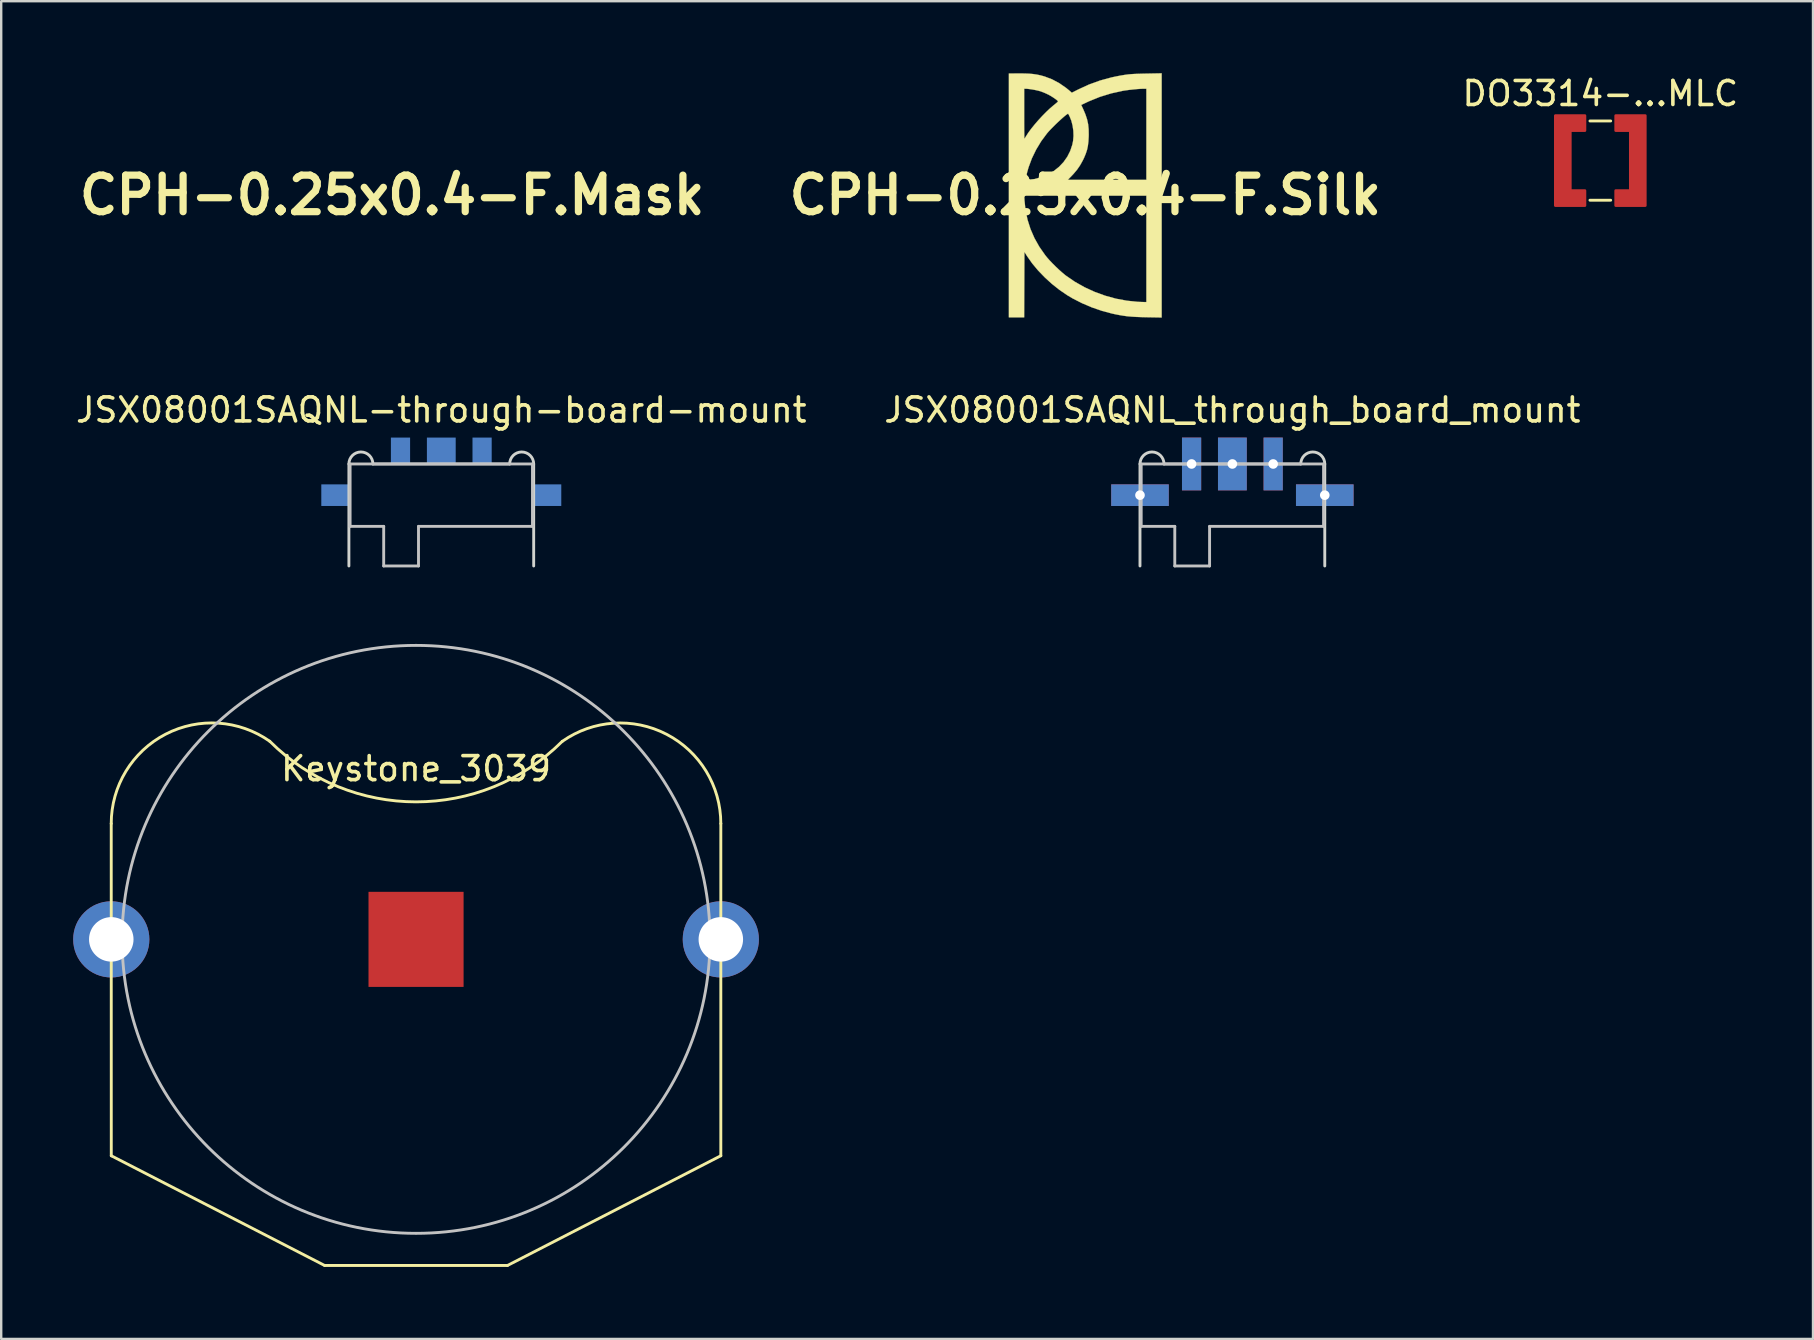
<source format=kicad_pcb>
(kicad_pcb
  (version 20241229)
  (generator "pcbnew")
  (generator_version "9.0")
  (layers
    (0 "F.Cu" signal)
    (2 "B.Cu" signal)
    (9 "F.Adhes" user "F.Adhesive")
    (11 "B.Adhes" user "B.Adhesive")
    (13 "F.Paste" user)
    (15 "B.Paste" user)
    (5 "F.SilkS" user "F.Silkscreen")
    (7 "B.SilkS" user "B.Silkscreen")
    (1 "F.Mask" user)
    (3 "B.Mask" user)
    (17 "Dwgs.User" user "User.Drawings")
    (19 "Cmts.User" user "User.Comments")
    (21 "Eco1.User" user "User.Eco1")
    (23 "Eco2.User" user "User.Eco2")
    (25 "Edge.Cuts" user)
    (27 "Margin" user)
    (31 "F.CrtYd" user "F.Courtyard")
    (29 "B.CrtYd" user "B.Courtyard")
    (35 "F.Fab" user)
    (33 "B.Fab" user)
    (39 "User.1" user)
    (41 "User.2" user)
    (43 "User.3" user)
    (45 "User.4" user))
  (footprint "CPH-0.25x0.4-F.Mask"
    (layer "F.Cu")
    (at 13.288 5.082)
    (property "Reference" "CPH-0.25x0.4-F.Mask" (at 0 0 0) (layer "F.SilkS") (effects (font (size 1.524 1.524) (thickness 0.3))))
    (attr through_hole)
    (fp_poly (pts (xy 3.183 5.098) (xy 2.552 5.087) (xy 2.309 5.081) (xy 2.1 5.073) (xy 1.915 5.061) (xy 1.747 5.046) (xy 1.586 5.024) (xy 1.423 4.997) (xy 1.25 4.963) (xy 1.117 4.934) (xy 0.697 4.822) (xy 0.277 4.678) (xy -0.132 4.504) (xy -0.521 4.306) (xy -0.753 4.168) (xy -1.077 3.947) (xy -1.391 3.698) (xy -1.688 3.427) (xy -1.964 3.141) (xy -2.211 2.845) (xy -2.422 2.546) (xy -2.442 2.515) (xy -2.536 2.366) (xy -2.541 3.729) (xy -2.547 5.093) (xy -3.183 5.093) (xy -3.183 0.021) (xy -2.544 0.021) (xy -2.533 0.218) (xy -2.49 0.626) (xy -2.406 1.025) (xy -2.282 1.414) (xy -2.118 1.79) (xy -1.915 2.151) (xy -1.674 2.496) (xy -1.595 2.594) (xy -1.499 2.704) (xy -1.379 2.831) (xy -1.245 2.965) (xy -1.106 3.097) (xy -0.971 3.218) (xy -0.85 3.319) (xy -0.81 3.351) (xy -0.434 3.609) (xy -0.033 3.836) (xy 0.389 4.03) (xy 0.828 4.19) (xy 1.278 4.314) (xy 1.736 4.399) (xy 2.196 4.446) (xy 2.393 4.453) (xy 2.546 4.456) (xy 2.546 0.021) (xy -2.544 0.021) (xy -3.183 0.021) (xy -3.183 -0.637) (xy -0.729 -0.637) (xy 2.546 -0.637) (xy 2.546 -4.435) (xy 2.435 -4.435) (xy 2.313 -4.431) (xy 2.163 -4.421) (xy 1.996 -4.405) (xy 1.826 -4.386) (xy 1.665 -4.364) (xy 1.57 -4.349) (xy 1.083 -4.242) (xy 0.611 -4.097) (xy 0.156 -3.913) (xy 0.071 -3.873) (xy -0.169 -3.759) (xy -0.086 -3.583) (xy 0.007 -3.364) (xy 0.074 -3.161) (xy 0.118 -2.961) (xy 0.14 -2.75) (xy 0.144 -2.515) (xy 0.142 -2.44) (xy 0.13 -2.23) (xy 0.108 -2.048) (xy 0.072 -1.883) (xy 0.019 -1.722) (xy -0.053 -1.551) (xy -0.106 -1.442) (xy -0.217 -1.243) (xy -0.342 -1.061) (xy -0.492 -0.883) (xy -0.559 -0.812) (xy -0.729 -0.637) (xy -3.183 -0.637) (xy -3.183 -0.695) (xy -2.48 -0.695) (xy -2.475 -0.661) (xy -2.458 -0.643) (xy -2.427 -0.637) (xy -2.382 -0.637) (xy -2.314 -0.641) (xy -2.221 -0.653) (xy -2.121 -0.67) (xy -2.09 -0.677) (xy -1.808 -0.755) (xy -1.546 -0.866) (xy -1.307 -1.009) (xy -1.092 -1.181) (xy -0.906 -1.378) (xy -0.75 -1.599) (xy -0.628 -1.84) (xy -0.541 -2.099) (xy -0.508 -2.259) (xy -0.49 -2.463) (xy -0.497 -2.68) (xy -0.528 -2.896) (xy -0.58 -3.1) (xy -0.65 -3.275) (xy -0.681 -3.335) (xy -0.704 -3.378) (xy -0.712 -3.392) (xy -0.735 -3.387) (xy -0.782 -3.355) (xy -0.85 -3.302) (xy -0.934 -3.23) (xy -1.029 -3.145) (xy -1.132 -3.05) (xy -1.237 -2.95) (xy -1.339 -2.848) (xy -1.436 -2.75) (xy -1.521 -2.659) (xy -1.591 -2.578) (xy -1.595 -2.573) (xy -1.837 -2.247) (xy -2.048 -1.898) (xy -2.225 -1.533) (xy -2.364 -1.158) (xy -2.42 -0.962) (xy -2.451 -0.84) (xy -2.471 -0.753) (xy -2.48 -0.695) (xy -3.183 -0.695) (xy -3.183 -3.395) (xy -2.546 -3.395) (xy -2.546 -3.19) (xy -2.546 -2.998) (xy -2.545 -2.823) (xy -2.544 -2.67) (xy -2.542 -2.543) (xy -2.541 -2.445) (xy -2.539 -2.382) (xy -2.537 -2.356) (xy -2.537 -2.355) (xy -2.522 -2.372) (xy -2.493 -2.415) (xy -2.468 -2.456) (xy -2.375 -2.601) (xy -2.255 -2.764) (xy -2.114 -2.939) (xy -1.959 -3.119) (xy -1.796 -3.296) (xy -1.631 -3.464) (xy -1.472 -3.615) (xy -1.323 -3.742) (xy -1.305 -3.756) (xy -1.234 -3.814) (xy -1.177 -3.862) (xy -1.143 -3.896) (xy -1.135 -3.907) (xy -1.153 -3.932) (xy -1.199 -3.973) (xy -1.267 -4.023) (xy -1.35 -4.079) (xy -1.438 -4.134) (xy -1.525 -4.183) (xy -1.56 -4.2) (xy -1.658 -4.246) (xy -1.764 -4.29) (xy -1.855 -4.324) (xy -1.867 -4.328) (xy -1.958 -4.353) (xy -2.073 -4.379) (xy -2.198 -4.402) (xy -2.319 -4.42) (xy -2.422 -4.432) (xy -2.477 -4.435) (xy -2.546 -4.435) (xy -2.546 -3.395) (xy -3.183 -3.395) (xy -3.183 -5.072) (xy -2.743 -5.071) (xy -2.52 -5.069) (xy -2.33 -5.061) (xy -2.164 -5.046) (xy -2.013 -5.023) (xy -1.866 -4.992) (xy -1.715 -4.95) (xy -1.694 -4.944) (xy -1.383 -4.826) (xy -1.085 -4.667) (xy -0.798 -4.468) (xy -0.678 -4.37) (xy -0.56 -4.268) (xy -0.296 -4.402) (xy 0.154 -4.609) (xy 0.615 -4.776) (xy 1.093 -4.906) (xy 1.272 -4.944) (xy 1.423 -4.974) (xy 1.553 -4.997) (xy 1.673 -5.016) (xy 1.789 -5.031) (xy 1.909 -5.042) (xy 2.042 -5.05) (xy 2.194 -5.056) (xy 2.375 -5.061) (xy 2.552 -5.065) (xy 3.183 -5.077) (xy 3.183 5.098)) (stroke (width 0.01) (type solid)) (fill yes) (layer "F.Mask")))
  (footprint "JSX08001SAQNL-through-board-mount"
    (layer "F.Cu")
    (at 15.339 20.534)
    (property "Reference" "JSX08001SAQNL-through-board-mount" (at 0 -6.5 0) (layer "F.SilkS") (effects (font (size 1 1) (thickness 0.15))))
    (attr through_hole)
    (fp_line (start -3.8 -4.25) (end 3.8 -4.25) (stroke (width 0.12) (type solid)) (layer "Dwgs.User"))
    (fp_line (start -3.8 -1.65) (end -3.8 -4.25) (stroke (width 0.12) (type solid)) (layer "Dwgs.User"))
    (fp_line (start -2.4 -1.65) (end -3.8 -1.65) (stroke (width 0.12) (type solid)) (layer "Dwgs.User"))
    (fp_line (start -2.4 0) (end -2.4 -1.65) (stroke (width 0.12) (type solid)) (layer "Dwgs.User"))
    (fp_line (start -0.95 -1.65) (end -0.95 0) (stroke (width 0.12) (type solid)) (layer "Dwgs.User"))
    (fp_line (start -0.95 0) (end -2.4 0) (stroke (width 0.12) (type solid)) (layer "Dwgs.User"))
    (fp_line (start 3.8 -4.25) (end 3.8 -1.65) (stroke (width 0.12) (type solid)) (layer "Dwgs.User"))
    (fp_line (start 3.8 -1.65) (end -0.95 -1.65) (stroke (width 0.12) (type solid)) (layer "Dwgs.User"))
    (fp_line (start -3.85 -4.25) (end -3.85 0) (stroke (width 0.12) (type solid)) (layer "Edge.Cuts"))
    (fp_line (start 2.85 -4.25) (end -2.85 -4.25) (stroke (width 0.12) (type solid)) (layer "Edge.Cuts"))
    (fp_line (start 3.85 0) (end 3.85 -4.25) (stroke (width 0.12) (type solid)) (layer "Edge.Cuts"))
    (fp_arc (start -3.85 -4.25) (mid -3.35 -4.75) (end -2.85 -4.25) (stroke (width 0.12) (type solid)) (layer "Edge.Cuts"))
    (fp_arc (start 2.85 -4.25) (mid 3.35 -4.75) (end 3.85 -4.25) (stroke (width 0.12) (type solid)) (layer "Edge.Cuts"))
    (pad "" smd rect (at -4.4 -2.95) (size 1.2 0.9) (layers "B.Cu" "B.Mask" "B.Paste"))
    (pad "" smd rect (at 4.4 -2.95 180) (size 1.2 0.9) (layers "B.Cu" "B.Mask" "B.Paste"))
    (pad "1" smd rect (at -1.7 -4.8 180) (size 0.8 1.1) (layers "B.Cu" "B.Mask" "B.Paste"))
    (pad "2" smd rect (at 0 -4.8 180) (size 1.2 1.1) (layers "B.Cu" "B.Mask" "B.Paste"))
    (pad "3" smd rect (at 1.7 -4.8 180) (size 0.8 1.1) (layers "B.Cu" "B.Mask" "B.Paste")))
  (footprint "JSX08001SAQNL_through_board_mount"
    (layer "F.Cu")
    (at 48.304 20.534)
    (property "Reference" "JSX08001SAQNL_through_board_mount" (at 0 -6.5 0) (layer "F.SilkS") (effects (font (size 1 1) (thickness 0.15))))
    (attr through_hole)
    (fp_line (start -3.8 -4.25) (end 3.8 -4.25) (stroke (width 0.12) (type solid)) (layer "Dwgs.User"))
    (fp_line (start -3.8 -1.65) (end -3.8 -4.25) (stroke (width 0.12) (type solid)) (layer "Dwgs.User"))
    (fp_line (start -2.4 -1.65) (end -3.8 -1.65) (stroke (width 0.12) (type solid)) (layer "Dwgs.User"))
    (fp_line (start -2.4 0) (end -2.4 -1.65) (stroke (width 0.12) (type solid)) (layer "Dwgs.User"))
    (fp_line (start -0.95 -1.65) (end -0.95 0) (stroke (width 0.12) (type solid)) (layer "Dwgs.User"))
    (fp_line (start -0.95 0) (end -2.4 0) (stroke (width 0.12) (type solid)) (layer "Dwgs.User"))
    (fp_line (start 3.8 -4.25) (end 3.8 -1.65) (stroke (width 0.12) (type solid)) (layer "Dwgs.User"))
    (fp_line (start 3.8 -1.65) (end -0.95 -1.65) (stroke (width 0.12) (type solid)) (layer "Dwgs.User"))
    (fp_line (start -3.85 -4.25) (end -3.85 0) (stroke (width 0.12) (type solid)) (layer "Edge.Cuts"))
    (fp_line (start 2.85 -4.25) (end -2.85 -4.25) (stroke (width 0.12) (type solid)) (layer "Edge.Cuts"))
    (fp_line (start 3.85 0) (end 3.85 -4.25) (stroke (width 0.12) (type solid)) (layer "Edge.Cuts"))
    (fp_arc (start -3.85 -4.25) (mid -3.35 -4.75) (end -2.85 -4.25) (stroke (width 0.12) (type solid)) (layer "Edge.Cuts"))
    (fp_arc (start 2.85 -4.25) (mid 3.35 -4.75) (end 3.85 -4.25) (stroke (width 0.12) (type solid)) (layer "Edge.Cuts"))
    (pad "" thru_hole rect (at -3.85 -2.95) (size 2.4 0.9) (drill 0.4) (layers "*.Cu" "*.Mask"))
    (pad "" thru_hole rect (at 3.85 -2.95 180) (size 2.4 0.9) (drill 0.4) (layers "*.Cu" "*.Mask"))
    (pad "1" thru_hole rect (at -1.7 -4.25 180) (size 0.8 2.2) (drill 0.4) (layers "*.Cu" "*.Mask"))
    (pad "2" thru_hole rect (at 0 -4.25 180) (size 1.2 2.2) (drill 0.4) (layers "*.Cu" "*.Mask"))
    (pad "3" thru_hole rect (at 1.7 -4.25 180) (size 0.8 2.2) (drill 0.4) (layers "*.Cu" "*.Mask")))
  (footprint "Keystone_3039"
    (layer "F.Cu")
    (at 14.287 36.094)
    (property "Reference" "Keystone_3039" (at 0 -7.112 0) (layer "F.SilkS") (effects (font (size 1 1) (thickness 0.15))))
    (attr through_hole)
    (fp_line (start -12.702 -4.826) (end -12.7 9.017) (stroke (width 0.12) (type solid)) (layer "F.SilkS"))
    (fp_line (start -3.81 13.589) (end -12.7 9.017) (stroke (width 0.12) (type solid)) (layer "F.SilkS"))
    (fp_line (start -3.81 13.589) (end 3.81 13.589) (stroke (width 0.12) (type solid)) (layer "F.SilkS"))
    (fp_line (start 3.81 13.589) (end 12.7 9.017) (stroke (width 0.12) (type solid)) (layer "F.SilkS"))
    (fp_line (start 12.7 9.017) (end 12.7 -4.826) (stroke (width 0.12) (type solid)) (layer "F.SilkS"))
    (fp_arc (start -12.701924 -4.826) (mid -10.44072 -8.547434) (end -6.096 -8.255) (stroke (width 0.12) (type solid)) (layer "F.SilkS"))
    (fp_arc (start 6.096 -8.255) (mid 0 -5.729954) (end -6.096 -8.255) (stroke (width 0.12) (type solid)) (layer "F.SilkS"))
    (fp_arc (start 6.097109 -8.253428) (mid 10.439835 -8.545726) (end 12.7 -4.826) (stroke (width 0.12) (type solid)) (layer "F.SilkS"))
    (fp_circle (center 0 0) (end 12.25 0) (stroke (width 0.12) (type solid)) (fill no) (layer "Dwgs.User"))
    (pad "1" thru_hole circle (at -12.7 0) (size 3.175 3.175) (drill 1.854) (layers "*.Cu" "*.Mask"))
    (pad "1" thru_hole circle (at 12.7 0 180) (size 3.175 3.175) (drill 1.854) (layers "*.Cu" "*.Mask"))
    (pad "2" smd rect (at 0 0) (size 3.962 3.962) (layers "F.Cu" "F.Mask" "F.Paste")))
  (footprint "DO3314-...MLC"
    (layer "F.Cu")
    (at 63.636 3.642)
    (property "Reference" "DO3314-...MLC" (at 0 -2.794 0) (layer "F.SilkS") (effects (font (size 1 1) (thickness 0.15))))
    (attr through_hole)
    (fp_line (start -0.432 -1.651) (end 0.432 -1.651) (stroke (width 0.12) (type solid)) (layer "F.SilkS"))
    (fp_line (start 0.432 1.651) (end -0.432 1.651) (stroke (width 0.12) (type solid)) (layer "F.SilkS"))
    (pad "1" smd custom (at -1.575 0) (size 0.254 0.254) (layers "F.Cu" "F.Mask" "F.Paste") (options (anchor circle)) (primitives (gr_poly (pts (xy 0.94 -1.245) (xy 0.33 -1.245) (xy 0.33 1.245) (xy 0.94 1.245) (xy 0.94 1.88) (xy -0.305 1.88) (xy -0.305 -1.88) (xy 0.94 -1.88)) (width 0.1) (fill yes))))
    (pad "2" smd custom (at 1.575 0 180) (size 0.254 0.254) (layers "F.Cu" "F.Mask" "F.Paste") (options (anchor circle)) (primitives (gr_poly (pts (xy 0.94 -1.245) (xy 0.33 -1.245) (xy 0.33 1.245) (xy 0.94 1.245) (xy 0.94 1.88) (xy -0.305 1.88) (xy -0.305 -1.88) (xy 0.94 -1.88)) (width 0.1) (fill yes)))))
  (footprint "CPH-0.25x0.4-F.Silk"
    (layer "F.Cu")
    (at 42.174 5.082)
    (property "Reference" "CPH-0.25x0.4-F.Silk" (at 0 0 0) (layer "F.SilkS") (effects (font (size 1.524 1.524) (thickness 0.3))))
    (attr through_hole)
    (fp_poly (pts (xy 3.183 5.098) (xy 2.552 5.087) (xy 2.309 5.081) (xy 2.1 5.073) (xy 1.915 5.061) (xy 1.747 5.046) (xy 1.586 5.024) (xy 1.423 4.997) (xy 1.25 4.963) (xy 1.117 4.934) (xy 0.697 4.822) (xy 0.277 4.678) (xy -0.132 4.504) (xy -0.521 4.306) (xy -0.753 4.168) (xy -1.077 3.947) (xy -1.391 3.698) (xy -1.688 3.427) (xy -1.964 3.141) (xy -2.211 2.845) (xy -2.422 2.546) (xy -2.442 2.515) (xy -2.536 2.366) (xy -2.541 3.729) (xy -2.547 5.093) (xy -3.183 5.093) (xy -3.183 0.021) (xy -2.544 0.021) (xy -2.533 0.218) (xy -2.49 0.626) (xy -2.406 1.025) (xy -2.282 1.414) (xy -2.118 1.79) (xy -1.915 2.151) (xy -1.674 2.496) (xy -1.595 2.594) (xy -1.499 2.704) (xy -1.379 2.831) (xy -1.245 2.965) (xy -1.106 3.097) (xy -0.971 3.218) (xy -0.85 3.319) (xy -0.81 3.351) (xy -0.434 3.609) (xy -0.033 3.836) (xy 0.389 4.03) (xy 0.828 4.19) (xy 1.278 4.314) (xy 1.736 4.399) (xy 2.196 4.446) (xy 2.393 4.453) (xy 2.546 4.456) (xy 2.546 0.021) (xy -2.544 0.021) (xy -3.183 0.021) (xy -3.183 -0.637) (xy -0.729 -0.637) (xy 2.546 -0.637) (xy 2.546 -4.435) (xy 2.435 -4.435) (xy 2.313 -4.431) (xy 2.163 -4.421) (xy 1.996 -4.405) (xy 1.826 -4.386) (xy 1.665 -4.364) (xy 1.57 -4.349) (xy 1.083 -4.242) (xy 0.611 -4.097) (xy 0.156 -3.913) (xy 0.071 -3.873) (xy -0.169 -3.759) (xy -0.086 -3.583) (xy 0.007 -3.364) (xy 0.074 -3.161) (xy 0.118 -2.961) (xy 0.14 -2.75) (xy 0.144 -2.515) (xy 0.142 -2.44) (xy 0.13 -2.23) (xy 0.108 -2.048) (xy 0.072 -1.883) (xy 0.019 -1.722) (xy -0.053 -1.551) (xy -0.106 -1.442) (xy -0.217 -1.243) (xy -0.342 -1.061) (xy -0.492 -0.883) (xy -0.559 -0.812) (xy -0.729 -0.637) (xy -3.183 -0.637) (xy -3.183 -0.695) (xy -2.48 -0.695) (xy -2.475 -0.661) (xy -2.458 -0.643) (xy -2.427 -0.637) (xy -2.382 -0.637) (xy -2.314 -0.641) (xy -2.221 -0.653) (xy -2.121 -0.67) (xy -2.09 -0.677) (xy -1.808 -0.755) (xy -1.546 -0.866) (xy -1.307 -1.009) (xy -1.092 -1.181) (xy -0.906 -1.378) (xy -0.75 -1.599) (xy -0.628 -1.84) (xy -0.541 -2.099) (xy -0.508 -2.259) (xy -0.49 -2.463) (xy -0.497 -2.68) (xy -0.528 -2.896) (xy -0.58 -3.1) (xy -0.65 -3.275) (xy -0.681 -3.335) (xy -0.704 -3.378) (xy -0.712 -3.392) (xy -0.735 -3.387) (xy -0.782 -3.355) (xy -0.85 -3.302) (xy -0.934 -3.23) (xy -1.029 -3.145) (xy -1.132 -3.05) (xy -1.237 -2.95) (xy -1.339 -2.848) (xy -1.436 -2.75) (xy -1.521 -2.659) (xy -1.591 -2.578) (xy -1.595 -2.573) (xy -1.837 -2.247) (xy -2.048 -1.898) (xy -2.225 -1.533) (xy -2.364 -1.158) (xy -2.42 -0.962) (xy -2.451 -0.84) (xy -2.471 -0.753) (xy -2.48 -0.695) (xy -3.183 -0.695) (xy -3.183 -3.395) (xy -2.546 -3.395) (xy -2.546 -3.19) (xy -2.546 -2.998) (xy -2.545 -2.823) (xy -2.544 -2.67) (xy -2.542 -2.543) (xy -2.541 -2.445) (xy -2.539 -2.382) (xy -2.537 -2.356) (xy -2.537 -2.355) (xy -2.522 -2.372) (xy -2.493 -2.415) (xy -2.468 -2.456) (xy -2.375 -2.601) (xy -2.255 -2.764) (xy -2.114 -2.939) (xy -1.959 -3.119) (xy -1.796 -3.296) (xy -1.631 -3.464) (xy -1.472 -3.615) (xy -1.323 -3.742) (xy -1.305 -3.756) (xy -1.234 -3.814) (xy -1.177 -3.862) (xy -1.143 -3.896) (xy -1.135 -3.907) (xy -1.153 -3.932) (xy -1.199 -3.973) (xy -1.267 -4.023) (xy -1.35 -4.079) (xy -1.438 -4.134) (xy -1.525 -4.183) (xy -1.56 -4.2) (xy -1.658 -4.246) (xy -1.764 -4.29) (xy -1.855 -4.324) (xy -1.867 -4.328) (xy -1.958 -4.353) (xy -2.073 -4.379) (xy -2.198 -4.402) (xy -2.319 -4.42) (xy -2.422 -4.432) (xy -2.477 -4.435) (xy -2.546 -4.435) (xy -2.546 -3.395) (xy -3.183 -3.395) (xy -3.183 -5.072) (xy -2.743 -5.071) (xy -2.52 -5.069) (xy -2.33 -5.061) (xy -2.164 -5.046) (xy -2.013 -5.023) (xy -1.866 -4.992) (xy -1.715 -4.95) (xy -1.694 -4.944) (xy -1.383 -4.826) (xy -1.085 -4.667) (xy -0.798 -4.468) (xy -0.678 -4.37) (xy -0.56 -4.268) (xy -0.296 -4.402) (xy 0.154 -4.609) (xy 0.615 -4.776) (xy 1.093 -4.906) (xy 1.272 -4.944) (xy 1.423 -4.974) (xy 1.553 -4.997) (xy 1.673 -5.016) (xy 1.789 -5.031) (xy 1.909 -5.042) (xy 2.042 -5.05) (xy 2.194 -5.056) (xy 2.375 -5.061) (xy 2.552 -5.065) (xy 3.183 -5.077) (xy 3.183 5.098)) (stroke (width 0.01) (type solid)) (fill yes) (layer "F.SilkS")))
  (gr_rect
    (start -3 -3)
    (end 72.499 52.743)
    (stroke (width 0.1) (type default))
    (fill no)
    (layer "Edge.Cuts")))
</source>
